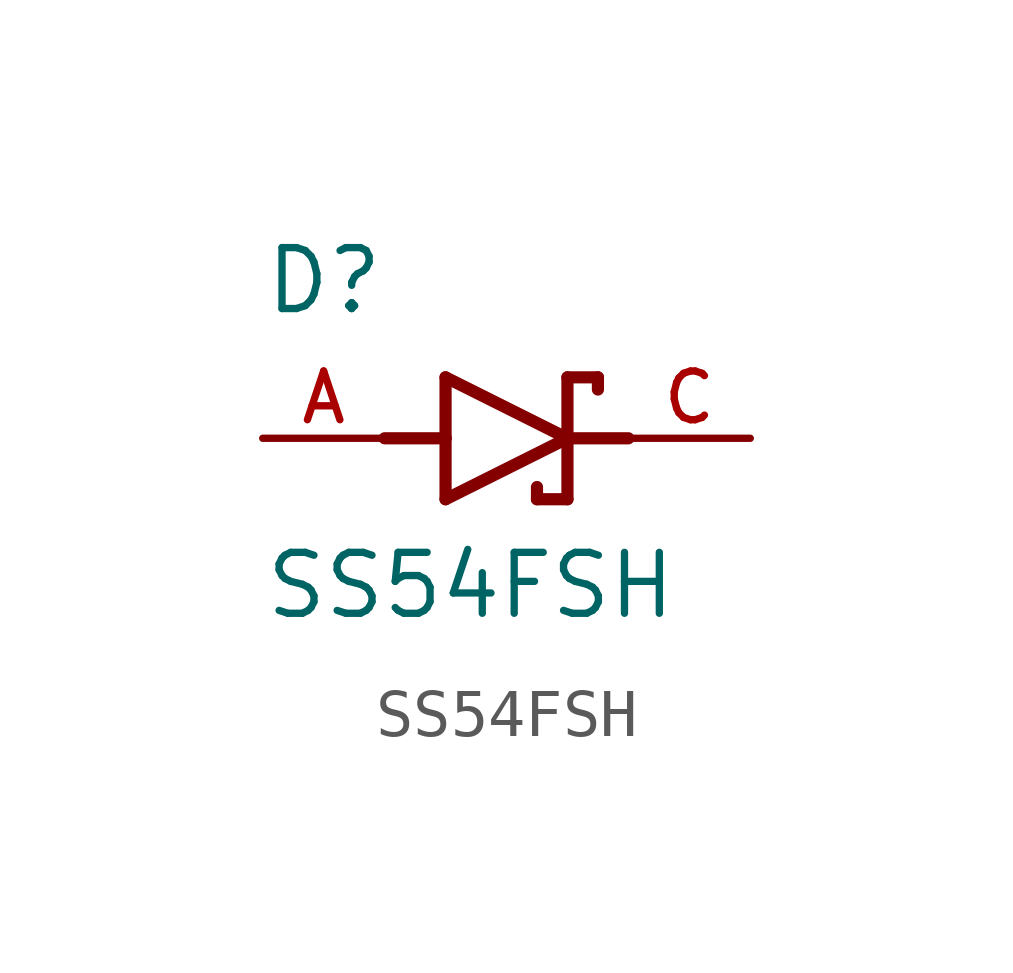
<source format=kicad_sym>
(kicad_symbol_lib
  (version 20211014)
  (generator kicad_symbol_editor)
  (symbol "SS54FSH"
    (pin_names
      (offset 1.016))
    (property "Reference" "D"
      (at -5.08 2.54 0)
      (effects (font (size 1.27 1.27)) (justify bottom left)))
    (property "Value" "SS54FSH"
      (at -5.08 -3.81 0)
      (effects (font (size 1.27 1.27)) (justify bottom left)))
    (symbol "SS54FSH_0_0"
      (polyline (pts (xy -1.27 -1.27) (xy 1.27 0.0)) (stroke (width 0.254)))
      (polyline (pts (xy 1.27 0.0) (xy -1.27 1.27)) (stroke (width 0.254)))
      (polyline (pts (xy 1.905 1.27) (xy 1.27 1.27)) (stroke (width 0.254)))
      (polyline (pts (xy 1.27 1.27) (xy 1.27 0.0)) (stroke (width 0.254)))
      (polyline (pts (xy -1.27 1.27) (xy -1.27 0.0)) (stroke (width 0.254)))
      (polyline (pts (xy -1.27 0.0) (xy -1.27 -1.27)) (stroke (width 0.254)))
      (polyline (pts (xy 1.27 0.0) (xy 1.27 -1.27)) (stroke (width 0.254)))
      (polyline (pts (xy 1.905 1.27) (xy 1.905 1.016)) (stroke (width 0.254)))
      (polyline (pts (xy 1.27 -1.27) (xy 0.635 -1.27)) (stroke (width 0.254)))
      (polyline (pts (xy 0.635 -1.016) (xy 0.635 -1.27)) (stroke (width 0.254)))
      (polyline (pts (xy -2.54 0.0) (xy -1.27 0.0)) (stroke (width 0.254)))
      (polyline (pts (xy 2.54 0.0) (xy 1.27 0.0)) (stroke (width 0.254)))
      (pin passive line (at 5.08 0.0 180.0) (length 2.54) (name "~" (effects (font (size 1.016 1.016)))) (number "C" (effects (font (size 1.016 1.016)))))
      (pin passive line (at -5.08 0.0 0) (length 2.54) (name "~" (effects (font (size 1.016 1.016)))) (number "A" (effects (font (size 1.016 1.016))))))))
</source>
